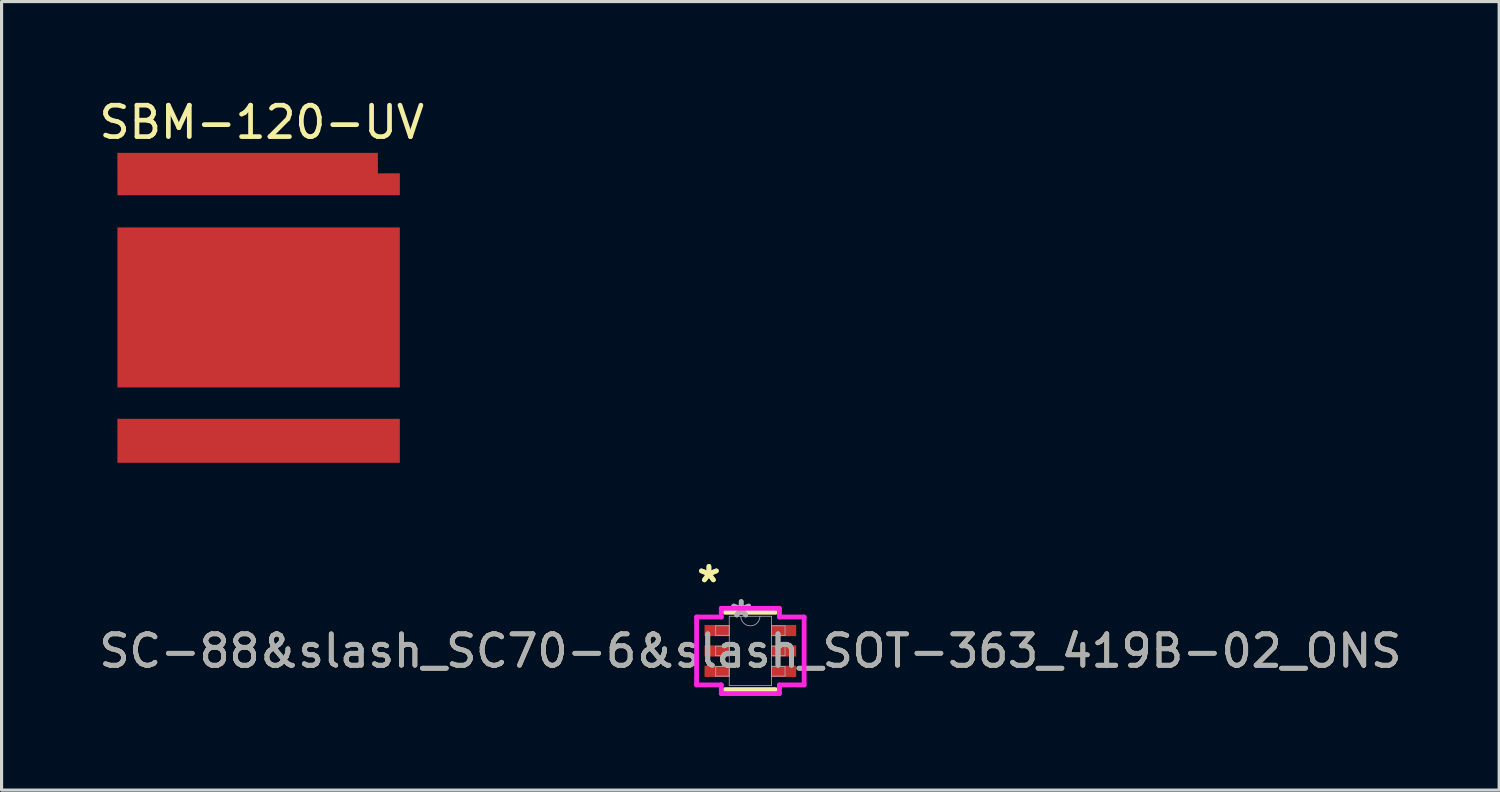
<source format=kicad_pcb>
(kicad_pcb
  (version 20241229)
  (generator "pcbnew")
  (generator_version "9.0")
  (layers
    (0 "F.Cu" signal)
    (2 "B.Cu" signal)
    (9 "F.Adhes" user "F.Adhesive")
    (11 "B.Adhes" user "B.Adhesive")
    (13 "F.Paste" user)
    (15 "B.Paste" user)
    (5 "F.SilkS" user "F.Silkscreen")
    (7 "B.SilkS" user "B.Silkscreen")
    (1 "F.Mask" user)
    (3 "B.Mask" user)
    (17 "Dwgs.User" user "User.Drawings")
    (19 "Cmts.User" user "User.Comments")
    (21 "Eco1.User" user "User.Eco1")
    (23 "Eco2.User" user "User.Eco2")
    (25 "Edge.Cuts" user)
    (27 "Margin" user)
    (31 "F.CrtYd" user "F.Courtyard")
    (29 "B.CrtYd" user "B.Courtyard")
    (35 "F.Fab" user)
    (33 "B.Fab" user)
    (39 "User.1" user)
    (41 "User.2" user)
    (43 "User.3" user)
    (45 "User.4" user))
  (footprint "SC-88&slash_SC70-6&slash_SOT-363_419B-02_ONS"
    (layer "F.Cu")
    (at 20.863 17.695)
    (property "Reference" "SC-88&slash_SC70-6&slash_SOT-363_419B-02_ONS" (at 0 0 0) (unlocked yes) (layer "F.SilkS") (effects (font (size 1 1) (thickness 0.15))))
    (attr smd)
    (fp_line (start -0.8 1.232) (end 0.8 1.232) (stroke (width 0.152) (type solid)) (layer "F.SilkS"))
    (fp_line (start 0.8 -1.232) (end -0.8 -1.232) (stroke (width 0.152) (type solid)) (layer "F.SilkS"))
    (fp_line (start -1.714 -1.082) (end -0.927 -1.082) (stroke (width 0.152) (type solid)) (layer "F.CrtYd"))
    (fp_line (start -1.714 1.082) (end -1.714 -1.082) (stroke (width 0.152) (type solid)) (layer "F.CrtYd"))
    (fp_line (start -1.714 1.082) (end -0.927 1.082) (stroke (width 0.152) (type solid)) (layer "F.CrtYd"))
    (fp_line (start -0.927 -1.359) (end 0.927 -1.359) (stroke (width 0.152) (type solid)) (layer "F.CrtYd"))
    (fp_line (start -0.927 -1.082) (end -0.927 -1.359) (stroke (width 0.152) (type solid)) (layer "F.CrtYd"))
    (fp_line (start -0.927 1.359) (end -0.927 1.082) (stroke (width 0.152) (type solid)) (layer "F.CrtYd"))
    (fp_line (start 0.927 -1.359) (end 0.927 -1.082) (stroke (width 0.152) (type solid)) (layer "F.CrtYd"))
    (fp_line (start 0.927 1.082) (end 0.927 1.359) (stroke (width 0.152) (type solid)) (layer "F.CrtYd"))
    (fp_line (start 0.927 1.359) (end -0.927 1.359) (stroke (width 0.152) (type solid)) (layer "F.CrtYd"))
    (fp_line (start 1.714 -1.082) (end 0.927 -1.082) (stroke (width 0.152) (type solid)) (layer "F.CrtYd"))
    (fp_line (start 1.714 -1.082) (end 1.714 1.082) (stroke (width 0.152) (type solid)) (layer "F.CrtYd"))
    (fp_line (start 1.714 1.082) (end 0.927 1.082) (stroke (width 0.152) (type solid)) (layer "F.CrtYd"))
    (fp_line (start -1.105 -0.802) (end -1.105 -0.498) (stroke (width 0.025) (type solid)) (layer "F.Fab"))
    (fp_line (start -1.105 -0.498) (end -0.673 -0.498) (stroke (width 0.025) (type solid)) (layer "F.Fab"))
    (fp_line (start -1.105 -0.152) (end -1.105 0.152) (stroke (width 0.025) (type solid)) (layer "F.Fab"))
    (fp_line (start -1.105 0.152) (end -0.673 0.152) (stroke (width 0.025) (type solid)) (layer "F.Fab"))
    (fp_line (start -1.105 0.498) (end -1.105 0.802) (stroke (width 0.025) (type solid)) (layer "F.Fab"))
    (fp_line (start -1.105 0.802) (end -0.673 0.802) (stroke (width 0.025) (type solid)) (layer "F.Fab"))
    (fp_line (start -0.673 -1.105) (end -0.673 1.105) (stroke (width 0.025) (type solid)) (layer "F.Fab"))
    (fp_line (start -0.673 -0.802) (end -1.105 -0.802) (stroke (width 0.025) (type solid)) (layer "F.Fab"))
    (fp_line (start -0.673 -0.498) (end -0.673 -0.802) (stroke (width 0.025) (type solid)) (layer "F.Fab"))
    (fp_line (start -0.673 -0.152) (end -1.105 -0.152) (stroke (width 0.025) (type solid)) (layer "F.Fab"))
    (fp_line (start -0.673 0.152) (end -0.673 -0.152) (stroke (width 0.025) (type solid)) (layer "F.Fab"))
    (fp_line (start -0.673 0.498) (end -1.105 0.498) (stroke (width 0.025) (type solid)) (layer "F.Fab"))
    (fp_line (start -0.673 0.802) (end -0.673 0.498) (stroke (width 0.025) (type solid)) (layer "F.Fab"))
    (fp_line (start -0.673 1.105) (end 0.673 1.105) (stroke (width 0.025) (type solid)) (layer "F.Fab"))
    (fp_line (start 0.673 -1.105) (end -0.673 -1.105) (stroke (width 0.025) (type solid)) (layer "F.Fab"))
    (fp_line (start 0.673 -0.802) (end 0.673 -0.498) (stroke (width 0.025) (type solid)) (layer "F.Fab"))
    (fp_line (start 0.673 -0.498) (end 1.105 -0.498) (stroke (width 0.025) (type solid)) (layer "F.Fab"))
    (fp_line (start 0.673 -0.152) (end 0.673 0.152) (stroke (width 0.025) (type solid)) (layer "F.Fab"))
    (fp_line (start 0.673 0.152) (end 1.105 0.152) (stroke (width 0.025) (type solid)) (layer "F.Fab"))
    (fp_line (start 0.673 0.498) (end 0.673 0.802) (stroke (width 0.025) (type solid)) (layer "F.Fab"))
    (fp_line (start 0.673 0.802) (end 1.105 0.802) (stroke (width 0.025) (type solid)) (layer "F.Fab"))
    (fp_line (start 0.673 1.105) (end 0.673 -1.105) (stroke (width 0.025) (type solid)) (layer "F.Fab"))
    (fp_line (start 1.105 -0.802) (end 0.673 -0.802) (stroke (width 0.025) (type solid)) (layer "F.Fab"))
    (fp_line (start 1.105 -0.498) (end 1.105 -0.802) (stroke (width 0.025) (type solid)) (layer "F.Fab"))
    (fp_line (start 1.105 -0.152) (end 0.673 -0.152) (stroke (width 0.025) (type solid)) (layer "F.Fab"))
    (fp_line (start 1.105 0.152) (end 1.105 -0.152) (stroke (width 0.025) (type solid)) (layer "F.Fab"))
    (fp_line (start 1.105 0.498) (end 0.673 0.498) (stroke (width 0.025) (type solid)) (layer "F.Fab"))
    (fp_line (start 1.105 0.802) (end 1.105 0.498) (stroke (width 0.025) (type solid)) (layer "F.Fab"))
    (fp_arc (start 0.3048 -1.1049) (mid 0 -0.8001) (end -0.3048 -1.1049) (stroke (width 0.0254) (type solid)) (layer "F.Fab"))
    (fp_text user "*" (at -1.321 -2.149 0) (layer "F.SilkS") (effects (font (size 1 1) (thickness 0.15))))
    (fp_text user "*" (at -1.321 -2.149 0) (unlocked yes) (layer "F.SilkS") (effects (font (size 1 1) (thickness 0.15))))
    (fp_text user "*" (at -0.292 -1.029 0) (unlocked yes) (layer "F.Fab") (effects (font (size 1 1) (thickness 0.15))))
    (fp_text user "${REFERENCE}" (at 0 0 0) (unlocked yes) (layer "F.Fab") (effects (font (size 1 1) (thickness 0.15))))
    (fp_text user "*" (at -0.292 -1.029 0) (layer "F.Fab") (effects (font (size 1 1) (thickness 0.15))))
    (pad "1" smd rect (at -1.067 -0.65) (size 0.787 0.356) (layers "F.Cu" "F.Mask" "F.Paste"))
    (pad "2" smd rect (at -1.067 0) (size 0.787 0.356) (layers "F.Cu" "F.Mask" "F.Paste"))
    (pad "3" smd rect (at -1.067 0.65) (size 0.787 0.356) (layers "F.Cu" "F.Mask" "F.Paste"))
    (pad "4" smd rect (at 1.067 0.65) (size 0.787 0.356) (layers "F.Cu" "F.Mask" "F.Paste"))
    (pad "5" smd rect (at 1.067 0) (size 0.787 0.356) (layers "F.Cu" "F.Mask" "F.Paste"))
    (pad "6" smd rect (at 1.067 -0.65) (size 0.787 0.356) (layers "F.Cu" "F.Mask" "F.Paste")))
  (footprint "SBM-120-UV"
    (layer "F.Cu")
    (at 5.192 6.748)
    (property "Reference" "SBM-120-UV" (at 0.1 -5.9 0) (unlocked yes) (layer "F.SilkS") (effects (font (size 1 1) (thickness 0.15))))
    (attr smd)
    (pad "1" smd custom (at 0.00025 -3.925) (size 9 0.7) (layers "F.Cu" "F.Mask" "F.Paste") (options (anchor rect)) (primitives (gr_poly (pts (xy 3.8 -0.35) (xy -4.5 -0.35) (xy -4.5 -1) (xy 3.8 -1)) (width 0.001) (fill yes))))
    (pad "2" smd rect (at 0 4.25) (size 9 1.4) (layers "F.Cu" "F.Mask" "F.Paste"))
    (pad "3" smd rect (at 0 0) (size 9 5.1) (layers "F.Cu" "F.Mask" "F.Paste")))
  (gr_rect
    (start -3 -3)
    (end 44.726 22.13)
    (stroke (width 0.1) (type default))
    (fill no)
    (layer "Edge.Cuts")))
</source>
